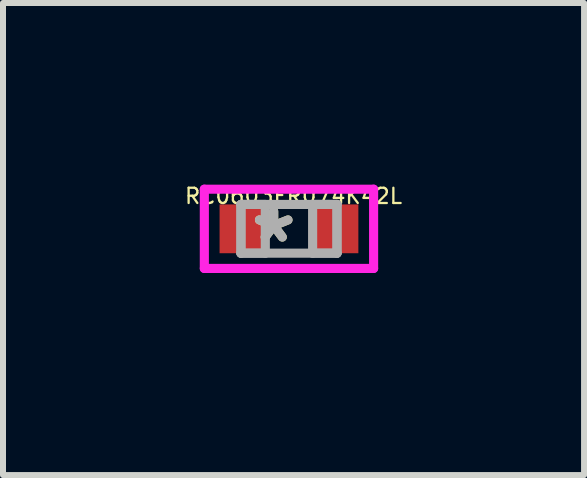
<source format=kicad_pcb>
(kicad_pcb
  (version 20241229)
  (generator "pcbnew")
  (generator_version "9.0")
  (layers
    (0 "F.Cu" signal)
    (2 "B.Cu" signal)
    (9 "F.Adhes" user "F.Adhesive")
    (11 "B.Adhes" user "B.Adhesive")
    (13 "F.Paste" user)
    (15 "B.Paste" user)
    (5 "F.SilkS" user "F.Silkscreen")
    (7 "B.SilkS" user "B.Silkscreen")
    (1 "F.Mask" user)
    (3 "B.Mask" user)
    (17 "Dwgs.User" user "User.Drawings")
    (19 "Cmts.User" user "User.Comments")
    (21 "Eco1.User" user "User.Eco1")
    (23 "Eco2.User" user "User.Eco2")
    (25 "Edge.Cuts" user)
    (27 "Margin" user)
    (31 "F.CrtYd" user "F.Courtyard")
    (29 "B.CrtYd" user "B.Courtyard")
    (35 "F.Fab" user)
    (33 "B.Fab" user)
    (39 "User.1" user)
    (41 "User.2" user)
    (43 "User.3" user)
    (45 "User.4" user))
  (footprint "RC0603FR074K42L"
    (layer "F.Cu")
    (at 1.764 0.762)
    (property "Reference" "RC0603FR074K42L" (at 0.076 -0.546 0) (layer "F.SilkS") (effects (font (size 0.254 0.254) (thickness 0.038))))
    (attr smd)
    (fp_line (start -1.41 -0.66) (end 1.41 -0.66) (stroke (width 0.152) (type solid)) (layer "F.CrtYd"))
    (fp_line (start -1.41 0.66) (end -1.41 -0.66) (stroke (width 0.152) (type solid)) (layer "F.CrtYd"))
    (fp_line (start 1.41 -0.66) (end 1.41 0.66) (stroke (width 0.152) (type solid)) (layer "F.CrtYd"))
    (fp_line (start 1.41 0.66) (end -1.41 0.66) (stroke (width 0.152) (type solid)) (layer "F.CrtYd"))
    (fp_line (start -0.8 -0.406) (end -0.8 0.406) (stroke (width 0.152) (type solid)) (layer "F.Fab"))
    (fp_line (start -0.8 -0.406) (end -0.8 0.406) (stroke (width 0.152) (type solid)) (layer "F.Fab"))
    (fp_line (start -0.8 0.406) (end -0.394 0.406) (stroke (width 0.152) (type solid)) (layer "F.Fab"))
    (fp_line (start -0.8 0.406) (end 0.8 0.406) (stroke (width 0.152) (type solid)) (layer "F.Fab"))
    (fp_line (start -0.394 -0.406) (end -0.8 -0.406) (stroke (width 0.152) (type solid)) (layer "F.Fab"))
    (fp_line (start -0.394 0.406) (end -0.394 -0.406) (stroke (width 0.152) (type solid)) (layer "F.Fab"))
    (fp_line (start 0.394 -0.406) (end 0.394 0.406) (stroke (width 0.152) (type solid)) (layer "F.Fab"))
    (fp_line (start 0.394 0.406) (end 0.8 0.406) (stroke (width 0.152) (type solid)) (layer "F.Fab"))
    (fp_line (start 0.8 -0.406) (end -0.8 -0.406) (stroke (width 0.152) (type solid)) (layer "F.Fab"))
    (fp_line (start 0.8 -0.406) (end 0.394 -0.406) (stroke (width 0.152) (type solid)) (layer "F.Fab"))
    (fp_line (start 0.8 0.406) (end 0.8 -0.406) (stroke (width 0.152) (type solid)) (layer "F.Fab"))
    (fp_line (start 0.8 0.406) (end 0.8 -0.406) (stroke (width 0.152) (type solid)) (layer "F.Fab"))
    (fp_text user "*" (at -0.254 0.254 0) (layer "F.SilkS") (effects (font (size 1 1) (thickness 0.15))))
    (fp_text user "*" (at -0.254 0.254 0) (layer "F.Fab") (effects (font (size 1 1) (thickness 0.15))))
    (pad "1" smd rect (at -0.775 0) (size 0.762 0.813) (layers "F.Cu" "F.Mask" "F.Paste"))
    (pad "2" smd rect (at 0.775 0) (size 0.762 0.813) (layers "F.Cu" "F.Mask" "F.Paste")))
  (gr_rect
    (start -3 -3)
    (end 6.68 4.864)
    (stroke (width 0.1) (type default))
    (fill no)
    (layer "Edge.Cuts")))
</source>
